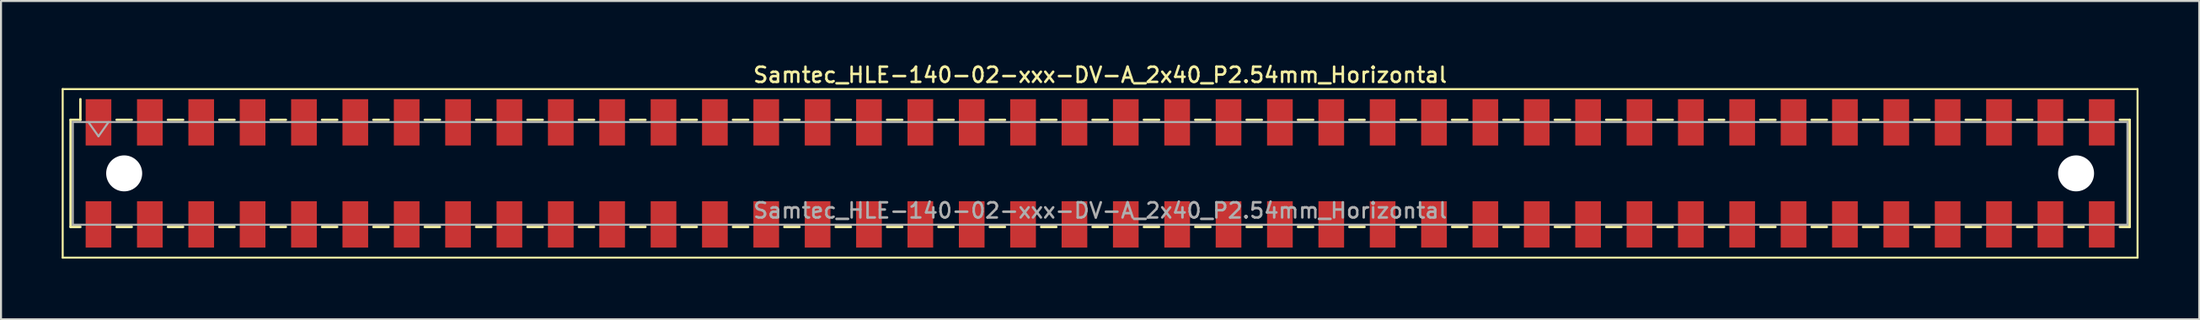
<source format=kicad_pcb>
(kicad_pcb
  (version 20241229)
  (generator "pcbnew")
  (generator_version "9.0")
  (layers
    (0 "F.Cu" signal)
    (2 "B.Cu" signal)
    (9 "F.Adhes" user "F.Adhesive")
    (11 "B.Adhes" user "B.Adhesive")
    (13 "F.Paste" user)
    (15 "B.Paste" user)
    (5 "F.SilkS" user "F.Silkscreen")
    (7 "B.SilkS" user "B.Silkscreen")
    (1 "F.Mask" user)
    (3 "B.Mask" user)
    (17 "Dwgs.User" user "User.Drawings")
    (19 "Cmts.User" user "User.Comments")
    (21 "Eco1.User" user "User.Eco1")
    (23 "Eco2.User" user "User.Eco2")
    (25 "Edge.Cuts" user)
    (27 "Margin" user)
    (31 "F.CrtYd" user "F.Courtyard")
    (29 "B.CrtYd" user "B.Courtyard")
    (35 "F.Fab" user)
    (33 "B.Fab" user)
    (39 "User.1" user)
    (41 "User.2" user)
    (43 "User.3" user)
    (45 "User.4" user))
  (footprint "Samtec_HLE-140-02-xxx-DV-A_2x40_P2.54mm_Horizontal"
    (layer "F.Cu")
    (at 51.35 5.528)
    (property "Reference" "Samtec_HLE-140-02-xxx-DV-A_2x40_P2.54mm_Horizontal" (at 0 -4.87 0) (layer "F.SilkS") (effects (font (size 0.75 0.75) (thickness 0.125))))
    (attr smd)
    (fp_line (start -51.3 -4.17) (end 51.3 -4.17) (stroke (width 0.1) (type solid)) (layer "F.SilkS"))
    (fp_line (start -51.3 4.17) (end -51.3 -4.17) (stroke (width 0.1) (type solid)) (layer "F.SilkS"))
    (fp_line (start -50.91 -2.65) (end -50.91 2.65) (stroke (width 0.12) (type solid)) (layer "F.SilkS"))
    (fp_line (start -50.91 2.65) (end -50.425 2.65) (stroke (width 0.12) (type solid)) (layer "F.SilkS"))
    (fp_line (start -50.425 -3.67) (end -50.425 -2.65) (stroke (width 0.12) (type solid)) (layer "F.SilkS"))
    (fp_line (start -50.425 -2.65) (end -50.91 -2.65) (stroke (width 0.12) (type solid)) (layer "F.SilkS"))
    (fp_line (start -48.635 -2.65) (end -47.885 -2.65) (stroke (width 0.12) (type solid)) (layer "F.SilkS"))
    (fp_line (start -48.635 2.65) (end -47.885 2.65) (stroke (width 0.12) (type solid)) (layer "F.SilkS"))
    (fp_line (start -46.095 -2.65) (end -45.345 -2.65) (stroke (width 0.12) (type solid)) (layer "F.SilkS"))
    (fp_line (start -46.095 2.65) (end -45.345 2.65) (stroke (width 0.12) (type solid)) (layer "F.SilkS"))
    (fp_line (start -43.555 -2.65) (end -42.805 -2.65) (stroke (width 0.12) (type solid)) (layer "F.SilkS"))
    (fp_line (start -43.555 2.65) (end -42.805 2.65) (stroke (width 0.12) (type solid)) (layer "F.SilkS"))
    (fp_line (start -41.015 -2.65) (end -40.265 -2.65) (stroke (width 0.12) (type solid)) (layer "F.SilkS"))
    (fp_line (start -41.015 2.65) (end -40.265 2.65) (stroke (width 0.12) (type solid)) (layer "F.SilkS"))
    (fp_line (start -38.475 -2.65) (end -37.725 -2.65) (stroke (width 0.12) (type solid)) (layer "F.SilkS"))
    (fp_line (start -38.475 2.65) (end -37.725 2.65) (stroke (width 0.12) (type solid)) (layer "F.SilkS"))
    (fp_line (start -35.935 -2.65) (end -35.185 -2.65) (stroke (width 0.12) (type solid)) (layer "F.SilkS"))
    (fp_line (start -35.935 2.65) (end -35.185 2.65) (stroke (width 0.12) (type solid)) (layer "F.SilkS"))
    (fp_line (start -33.395 -2.65) (end -32.645 -2.65) (stroke (width 0.12) (type solid)) (layer "F.SilkS"))
    (fp_line (start -33.395 2.65) (end -32.645 2.65) (stroke (width 0.12) (type solid)) (layer "F.SilkS"))
    (fp_line (start -30.855 -2.65) (end -30.105 -2.65) (stroke (width 0.12) (type solid)) (layer "F.SilkS"))
    (fp_line (start -30.855 2.65) (end -30.105 2.65) (stroke (width 0.12) (type solid)) (layer "F.SilkS"))
    (fp_line (start -28.315 -2.65) (end -27.565 -2.65) (stroke (width 0.12) (type solid)) (layer "F.SilkS"))
    (fp_line (start -28.315 2.65) (end -27.565 2.65) (stroke (width 0.12) (type solid)) (layer "F.SilkS"))
    (fp_line (start -25.775 -2.65) (end -25.025 -2.65) (stroke (width 0.12) (type solid)) (layer "F.SilkS"))
    (fp_line (start -25.775 2.65) (end -25.025 2.65) (stroke (width 0.12) (type solid)) (layer "F.SilkS"))
    (fp_line (start -23.235 -2.65) (end -22.485 -2.65) (stroke (width 0.12) (type solid)) (layer "F.SilkS"))
    (fp_line (start -23.235 2.65) (end -22.485 2.65) (stroke (width 0.12) (type solid)) (layer "F.SilkS"))
    (fp_line (start -20.695 -2.65) (end -19.945 -2.65) (stroke (width 0.12) (type solid)) (layer "F.SilkS"))
    (fp_line (start -20.695 2.65) (end -19.945 2.65) (stroke (width 0.12) (type solid)) (layer "F.SilkS"))
    (fp_line (start -18.155 -2.65) (end -17.405 -2.65) (stroke (width 0.12) (type solid)) (layer "F.SilkS"))
    (fp_line (start -18.155 2.65) (end -17.405 2.65) (stroke (width 0.12) (type solid)) (layer "F.SilkS"))
    (fp_line (start -15.615 -2.65) (end -14.865 -2.65) (stroke (width 0.12) (type solid)) (layer "F.SilkS"))
    (fp_line (start -15.615 2.65) (end -14.865 2.65) (stroke (width 0.12) (type solid)) (layer "F.SilkS"))
    (fp_line (start -13.075 -2.65) (end -12.325 -2.65) (stroke (width 0.12) (type solid)) (layer "F.SilkS"))
    (fp_line (start -13.075 2.65) (end -12.325 2.65) (stroke (width 0.12) (type solid)) (layer "F.SilkS"))
    (fp_line (start -10.535 -2.65) (end -9.785 -2.65) (stroke (width 0.12) (type solid)) (layer "F.SilkS"))
    (fp_line (start -10.535 2.65) (end -9.785 2.65) (stroke (width 0.12) (type solid)) (layer "F.SilkS"))
    (fp_line (start -7.995 -2.65) (end -7.245 -2.65) (stroke (width 0.12) (type solid)) (layer "F.SilkS"))
    (fp_line (start -7.995 2.65) (end -7.245 2.65) (stroke (width 0.12) (type solid)) (layer "F.SilkS"))
    (fp_line (start -5.455 -2.65) (end -4.705 -2.65) (stroke (width 0.12) (type solid)) (layer "F.SilkS"))
    (fp_line (start -5.455 2.65) (end -4.705 2.65) (stroke (width 0.12) (type solid)) (layer "F.SilkS"))
    (fp_line (start -2.915 -2.65) (end -2.165 -2.65) (stroke (width 0.12) (type solid)) (layer "F.SilkS"))
    (fp_line (start -2.915 2.65) (end -2.165 2.65) (stroke (width 0.12) (type solid)) (layer "F.SilkS"))
    (fp_line (start -0.375 -2.65) (end 0.375 -2.65) (stroke (width 0.12) (type solid)) (layer "F.SilkS"))
    (fp_line (start -0.375 2.65) (end 0.375 2.65) (stroke (width 0.12) (type solid)) (layer "F.SilkS"))
    (fp_line (start 2.165 -2.65) (end 2.915 -2.65) (stroke (width 0.12) (type solid)) (layer "F.SilkS"))
    (fp_line (start 2.165 2.65) (end 2.915 2.65) (stroke (width 0.12) (type solid)) (layer "F.SilkS"))
    (fp_line (start 4.705 -2.65) (end 5.455 -2.65) (stroke (width 0.12) (type solid)) (layer "F.SilkS"))
    (fp_line (start 4.705 2.65) (end 5.455 2.65) (stroke (width 0.12) (type solid)) (layer "F.SilkS"))
    (fp_line (start 7.245 -2.65) (end 7.995 -2.65) (stroke (width 0.12) (type solid)) (layer "F.SilkS"))
    (fp_line (start 7.245 2.65) (end 7.995 2.65) (stroke (width 0.12) (type solid)) (layer "F.SilkS"))
    (fp_line (start 9.785 -2.65) (end 10.535 -2.65) (stroke (width 0.12) (type solid)) (layer "F.SilkS"))
    (fp_line (start 9.785 2.65) (end 10.535 2.65) (stroke (width 0.12) (type solid)) (layer "F.SilkS"))
    (fp_line (start 12.325 -2.65) (end 13.075 -2.65) (stroke (width 0.12) (type solid)) (layer "F.SilkS"))
    (fp_line (start 12.325 2.65) (end 13.075 2.65) (stroke (width 0.12) (type solid)) (layer "F.SilkS"))
    (fp_line (start 14.865 -2.65) (end 15.615 -2.65) (stroke (width 0.12) (type solid)) (layer "F.SilkS"))
    (fp_line (start 14.865 2.65) (end 15.615 2.65) (stroke (width 0.12) (type solid)) (layer "F.SilkS"))
    (fp_line (start 17.405 -2.65) (end 18.155 -2.65) (stroke (width 0.12) (type solid)) (layer "F.SilkS"))
    (fp_line (start 17.405 2.65) (end 18.155 2.65) (stroke (width 0.12) (type solid)) (layer "F.SilkS"))
    (fp_line (start 19.945 -2.65) (end 20.695 -2.65) (stroke (width 0.12) (type solid)) (layer "F.SilkS"))
    (fp_line (start 19.945 2.65) (end 20.695 2.65) (stroke (width 0.12) (type solid)) (layer "F.SilkS"))
    (fp_line (start 22.485 -2.65) (end 23.235 -2.65) (stroke (width 0.12) (type solid)) (layer "F.SilkS"))
    (fp_line (start 22.485 2.65) (end 23.235 2.65) (stroke (width 0.12) (type solid)) (layer "F.SilkS"))
    (fp_line (start 25.025 -2.65) (end 25.775 -2.65) (stroke (width 0.12) (type solid)) (layer "F.SilkS"))
    (fp_line (start 25.025 2.65) (end 25.775 2.65) (stroke (width 0.12) (type solid)) (layer "F.SilkS"))
    (fp_line (start 27.565 -2.65) (end 28.315 -2.65) (stroke (width 0.12) (type solid)) (layer "F.SilkS"))
    (fp_line (start 27.565 2.65) (end 28.315 2.65) (stroke (width 0.12) (type solid)) (layer "F.SilkS"))
    (fp_line (start 30.105 -2.65) (end 30.855 -2.65) (stroke (width 0.12) (type solid)) (layer "F.SilkS"))
    (fp_line (start 30.105 2.65) (end 30.855 2.65) (stroke (width 0.12) (type solid)) (layer "F.SilkS"))
    (fp_line (start 32.645 -2.65) (end 33.395 -2.65) (stroke (width 0.12) (type solid)) (layer "F.SilkS"))
    (fp_line (start 32.645 2.65) (end 33.395 2.65) (stroke (width 0.12) (type solid)) (layer "F.SilkS"))
    (fp_line (start 35.185 -2.65) (end 35.935 -2.65) (stroke (width 0.12) (type solid)) (layer "F.SilkS"))
    (fp_line (start 35.185 2.65) (end 35.935 2.65) (stroke (width 0.12) (type solid)) (layer "F.SilkS"))
    (fp_line (start 37.725 -2.65) (end 38.475 -2.65) (stroke (width 0.12) (type solid)) (layer "F.SilkS"))
    (fp_line (start 37.725 2.65) (end 38.475 2.65) (stroke (width 0.12) (type solid)) (layer "F.SilkS"))
    (fp_line (start 40.265 -2.65) (end 41.015 -2.65) (stroke (width 0.12) (type solid)) (layer "F.SilkS"))
    (fp_line (start 40.265 2.65) (end 41.015 2.65) (stroke (width 0.12) (type solid)) (layer "F.SilkS"))
    (fp_line (start 42.805 -2.65) (end 43.555 -2.65) (stroke (width 0.12) (type solid)) (layer "F.SilkS"))
    (fp_line (start 42.805 2.65) (end 43.555 2.65) (stroke (width 0.12) (type solid)) (layer "F.SilkS"))
    (fp_line (start 45.345 -2.65) (end 46.095 -2.65) (stroke (width 0.12) (type solid)) (layer "F.SilkS"))
    (fp_line (start 45.345 2.65) (end 46.095 2.65) (stroke (width 0.12) (type solid)) (layer "F.SilkS"))
    (fp_line (start 47.885 -2.65) (end 48.635 -2.65) (stroke (width 0.12) (type solid)) (layer "F.SilkS"))
    (fp_line (start 47.885 2.65) (end 48.635 2.65) (stroke (width 0.12) (type solid)) (layer "F.SilkS"))
    (fp_line (start 50.425 -2.65) (end 50.91 -2.65) (stroke (width 0.12) (type solid)) (layer "F.SilkS"))
    (fp_line (start 50.91 -2.65) (end 50.91 2.65) (stroke (width 0.12) (type solid)) (layer "F.SilkS"))
    (fp_line (start 50.91 2.65) (end 50.425 2.65) (stroke (width 0.12) (type solid)) (layer "F.SilkS"))
    (fp_line (start 51.3 -4.17) (end 51.3 4.17) (stroke (width 0.1) (type solid)) (layer "F.SilkS"))
    (fp_line (start 51.3 4.17) (end -51.3 4.17) (stroke (width 0.1) (type solid)) (layer "F.SilkS"))
    (fp_line (start -50.8 -2.54) (end 50.8 -2.54) (stroke (width 0.1) (type solid)) (layer "F.Fab"))
    (fp_line (start -50.8 2.54) (end -50.8 -2.54) (stroke (width 0.1) (type solid)) (layer "F.Fab"))
    (fp_line (start -50.03 -2.54) (end -49.53 -1.833) (stroke (width 0.1) (type solid)) (layer "F.Fab"))
    (fp_line (start -49.53 -1.833) (end -49.03 -2.54) (stroke (width 0.1) (type solid)) (layer "F.Fab"))
    (fp_line (start 50.8 -2.54) (end 50.8 2.54) (stroke (width 0.1) (type solid)) (layer "F.Fab"))
    (fp_line (start 50.8 2.54) (end -50.8 2.54) (stroke (width 0.1) (type solid)) (layer "F.Fab"))
    (fp_text user "${REFERENCE}" (at 0 1.84 0) (layer "F.Fab") (effects (font (size 0.75 0.75) (thickness 0.125))))
    (pad "" np_thru_hole circle (at -48.26 0) (size 1.78 1.78) (drill 1.78) (layers "*.Cu" "*.Mask"))
    (pad "" np_thru_hole circle (at 48.26 0) (size 1.78 1.78) (drill 1.78) (layers "*.Cu" "*.Mask"))
    (pad "1" smd rect (at -49.53 -2.525) (size 1.27 2.29) (layers "F.Cu" "F.Mask" "F.Paste"))
    (pad "2" smd rect (at -49.53 2.525) (size 1.27 2.29) (layers "F.Cu" "F.Mask" "F.Paste"))
    (pad "3" smd rect (at -46.99 -2.525) (size 1.27 2.29) (layers "F.Cu" "F.Mask" "F.Paste"))
    (pad "4" smd rect (at -46.99 2.525) (size 1.27 2.29) (layers "F.Cu" "F.Mask" "F.Paste"))
    (pad "5" smd rect (at -44.45 -2.525) (size 1.27 2.29) (layers "F.Cu" "F.Mask" "F.Paste"))
    (pad "6" smd rect (at -44.45 2.525) (size 1.27 2.29) (layers "F.Cu" "F.Mask" "F.Paste"))
    (pad "7" smd rect (at -41.91 -2.525) (size 1.27 2.29) (layers "F.Cu" "F.Mask" "F.Paste"))
    (pad "8" smd rect (at -41.91 2.525) (size 1.27 2.29) (layers "F.Cu" "F.Mask" "F.Paste"))
    (pad "9" smd rect (at -39.37 -2.525) (size 1.27 2.29) (layers "F.Cu" "F.Mask" "F.Paste"))
    (pad "10" smd rect (at -39.37 2.525) (size 1.27 2.29) (layers "F.Cu" "F.Mask" "F.Paste"))
    (pad "11" smd rect (at -36.83 -2.525) (size 1.27 2.29) (layers "F.Cu" "F.Mask" "F.Paste"))
    (pad "12" smd rect (at -36.83 2.525) (size 1.27 2.29) (layers "F.Cu" "F.Mask" "F.Paste"))
    (pad "13" smd rect (at -34.29 -2.525) (size 1.27 2.29) (layers "F.Cu" "F.Mask" "F.Paste"))
    (pad "14" smd rect (at -34.29 2.525) (size 1.27 2.29) (layers "F.Cu" "F.Mask" "F.Paste"))
    (pad "15" smd rect (at -31.75 -2.525) (size 1.27 2.29) (layers "F.Cu" "F.Mask" "F.Paste"))
    (pad "16" smd rect (at -31.75 2.525) (size 1.27 2.29) (layers "F.Cu" "F.Mask" "F.Paste"))
    (pad "17" smd rect (at -29.21 -2.525) (size 1.27 2.29) (layers "F.Cu" "F.Mask" "F.Paste"))
    (pad "18" smd rect (at -29.21 2.525) (size 1.27 2.29) (layers "F.Cu" "F.Mask" "F.Paste"))
    (pad "19" smd rect (at -26.67 -2.525) (size 1.27 2.29) (layers "F.Cu" "F.Mask" "F.Paste"))
    (pad "20" smd rect (at -26.67 2.525) (size 1.27 2.29) (layers "F.Cu" "F.Mask" "F.Paste"))
    (pad "21" smd rect (at -24.13 -2.525) (size 1.27 2.29) (layers "F.Cu" "F.Mask" "F.Paste"))
    (pad "22" smd rect (at -24.13 2.525) (size 1.27 2.29) (layers "F.Cu" "F.Mask" "F.Paste"))
    (pad "23" smd rect (at -21.59 -2.525) (size 1.27 2.29) (layers "F.Cu" "F.Mask" "F.Paste"))
    (pad "24" smd rect (at -21.59 2.525) (size 1.27 2.29) (layers "F.Cu" "F.Mask" "F.Paste"))
    (pad "25" smd rect (at -19.05 -2.525) (size 1.27 2.29) (layers "F.Cu" "F.Mask" "F.Paste"))
    (pad "26" smd rect (at -19.05 2.525) (size 1.27 2.29) (layers "F.Cu" "F.Mask" "F.Paste"))
    (pad "27" smd rect (at -16.51 -2.525) (size 1.27 2.29) (layers "F.Cu" "F.Mask" "F.Paste"))
    (pad "28" smd rect (at -16.51 2.525) (size 1.27 2.29) (layers "F.Cu" "F.Mask" "F.Paste"))
    (pad "29" smd rect (at -13.97 -2.525) (size 1.27 2.29) (layers "F.Cu" "F.Mask" "F.Paste"))
    (pad "30" smd rect (at -13.97 2.525) (size 1.27 2.29) (layers "F.Cu" "F.Mask" "F.Paste"))
    (pad "31" smd rect (at -11.43 -2.525) (size 1.27 2.29) (layers "F.Cu" "F.Mask" "F.Paste"))
    (pad "32" smd rect (at -11.43 2.525) (size 1.27 2.29) (layers "F.Cu" "F.Mask" "F.Paste"))
    (pad "33" smd rect (at -8.89 -2.525) (size 1.27 2.29) (layers "F.Cu" "F.Mask" "F.Paste"))
    (pad "34" smd rect (at -8.89 2.525) (size 1.27 2.29) (layers "F.Cu" "F.Mask" "F.Paste"))
    (pad "35" smd rect (at -6.35 -2.525) (size 1.27 2.29) (layers "F.Cu" "F.Mask" "F.Paste"))
    (pad "36" smd rect (at -6.35 2.525) (size 1.27 2.29) (layers "F.Cu" "F.Mask" "F.Paste"))
    (pad "37" smd rect (at -3.81 -2.525) (size 1.27 2.29) (layers "F.Cu" "F.Mask" "F.Paste"))
    (pad "38" smd rect (at -3.81 2.525) (size 1.27 2.29) (layers "F.Cu" "F.Mask" "F.Paste"))
    (pad "39" smd rect (at -1.27 -2.525) (size 1.27 2.29) (layers "F.Cu" "F.Mask" "F.Paste"))
    (pad "40" smd rect (at -1.27 2.525) (size 1.27 2.29) (layers "F.Cu" "F.Mask" "F.Paste"))
    (pad "41" smd rect (at 1.27 -2.525) (size 1.27 2.29) (layers "F.Cu" "F.Mask" "F.Paste"))
    (pad "42" smd rect (at 1.27 2.525) (size 1.27 2.29) (layers "F.Cu" "F.Mask" "F.Paste"))
    (pad "43" smd rect (at 3.81 -2.525) (size 1.27 2.29) (layers "F.Cu" "F.Mask" "F.Paste"))
    (pad "44" smd rect (at 3.81 2.525) (size 1.27 2.29) (layers "F.Cu" "F.Mask" "F.Paste"))
    (pad "45" smd rect (at 6.35 -2.525) (size 1.27 2.29) (layers "F.Cu" "F.Mask" "F.Paste"))
    (pad "46" smd rect (at 6.35 2.525) (size 1.27 2.29) (layers "F.Cu" "F.Mask" "F.Paste"))
    (pad "47" smd rect (at 8.89 -2.525) (size 1.27 2.29) (layers "F.Cu" "F.Mask" "F.Paste"))
    (pad "48" smd rect (at 8.89 2.525) (size 1.27 2.29) (layers "F.Cu" "F.Mask" "F.Paste"))
    (pad "49" smd rect (at 11.43 -2.525) (size 1.27 2.29) (layers "F.Cu" "F.Mask" "F.Paste"))
    (pad "50" smd rect (at 11.43 2.525) (size 1.27 2.29) (layers "F.Cu" "F.Mask" "F.Paste"))
    (pad "51" smd rect (at 13.97 -2.525) (size 1.27 2.29) (layers "F.Cu" "F.Mask" "F.Paste"))
    (pad "52" smd rect (at 13.97 2.525) (size 1.27 2.29) (layers "F.Cu" "F.Mask" "F.Paste"))
    (pad "53" smd rect (at 16.51 -2.525) (size 1.27 2.29) (layers "F.Cu" "F.Mask" "F.Paste"))
    (pad "54" smd rect (at 16.51 2.525) (size 1.27 2.29) (layers "F.Cu" "F.Mask" "F.Paste"))
    (pad "55" smd rect (at 19.05 -2.525) (size 1.27 2.29) (layers "F.Cu" "F.Mask" "F.Paste"))
    (pad "56" smd rect (at 19.05 2.525) (size 1.27 2.29) (layers "F.Cu" "F.Mask" "F.Paste"))
    (pad "57" smd rect (at 21.59 -2.525) (size 1.27 2.29) (layers "F.Cu" "F.Mask" "F.Paste"))
    (pad "58" smd rect (at 21.59 2.525) (size 1.27 2.29) (layers "F.Cu" "F.Mask" "F.Paste"))
    (pad "59" smd rect (at 24.13 -2.525) (size 1.27 2.29) (layers "F.Cu" "F.Mask" "F.Paste"))
    (pad "60" smd rect (at 24.13 2.525) (size 1.27 2.29) (layers "F.Cu" "F.Mask" "F.Paste"))
    (pad "61" smd rect (at 26.67 -2.525) (size 1.27 2.29) (layers "F.Cu" "F.Mask" "F.Paste"))
    (pad "62" smd rect (at 26.67 2.525) (size 1.27 2.29) (layers "F.Cu" "F.Mask" "F.Paste"))
    (pad "63" smd rect (at 29.21 -2.525) (size 1.27 2.29) (layers "F.Cu" "F.Mask" "F.Paste"))
    (pad "64" smd rect (at 29.21 2.525) (size 1.27 2.29) (layers "F.Cu" "F.Mask" "F.Paste"))
    (pad "65" smd rect (at 31.75 -2.525) (size 1.27 2.29) (layers "F.Cu" "F.Mask" "F.Paste"))
    (pad "66" smd rect (at 31.75 2.525) (size 1.27 2.29) (layers "F.Cu" "F.Mask" "F.Paste"))
    (pad "67" smd rect (at 34.29 -2.525) (size 1.27 2.29) (layers "F.Cu" "F.Mask" "F.Paste"))
    (pad "68" smd rect (at 34.29 2.525) (size 1.27 2.29) (layers "F.Cu" "F.Mask" "F.Paste"))
    (pad "69" smd rect (at 36.83 -2.525) (size 1.27 2.29) (layers "F.Cu" "F.Mask" "F.Paste"))
    (pad "70" smd rect (at 36.83 2.525) (size 1.27 2.29) (layers "F.Cu" "F.Mask" "F.Paste"))
    (pad "71" smd rect (at 39.37 -2.525) (size 1.27 2.29) (layers "F.Cu" "F.Mask" "F.Paste"))
    (pad "72" smd rect (at 39.37 2.525) (size 1.27 2.29) (layers "F.Cu" "F.Mask" "F.Paste"))
    (pad "73" smd rect (at 41.91 -2.525) (size 1.27 2.29) (layers "F.Cu" "F.Mask" "F.Paste"))
    (pad "74" smd rect (at 41.91 2.525) (size 1.27 2.29) (layers "F.Cu" "F.Mask" "F.Paste"))
    (pad "75" smd rect (at 44.45 -2.525) (size 1.27 2.29) (layers "F.Cu" "F.Mask" "F.Paste"))
    (pad "76" smd rect (at 44.45 2.525) (size 1.27 2.29) (layers "F.Cu" "F.Mask" "F.Paste"))
    (pad "77" smd rect (at 46.99 -2.525) (size 1.27 2.29) (layers "F.Cu" "F.Mask" "F.Paste"))
    (pad "78" smd rect (at 46.99 2.525) (size 1.27 2.29) (layers "F.Cu" "F.Mask" "F.Paste"))
    (pad "79" smd rect (at 49.53 -2.525) (size 1.27 2.29) (layers "F.Cu" "F.Mask" "F.Paste"))
    (pad "80" smd rect (at 49.53 2.525) (size 1.27 2.29) (layers "F.Cu" "F.Mask" "F.Paste")))
  (gr_rect
    (start -3 -3)
    (end 105.7 12.748)
    (stroke (width 0.1) (type default))
    (fill no)
    (layer "Edge.Cuts")))
</source>
